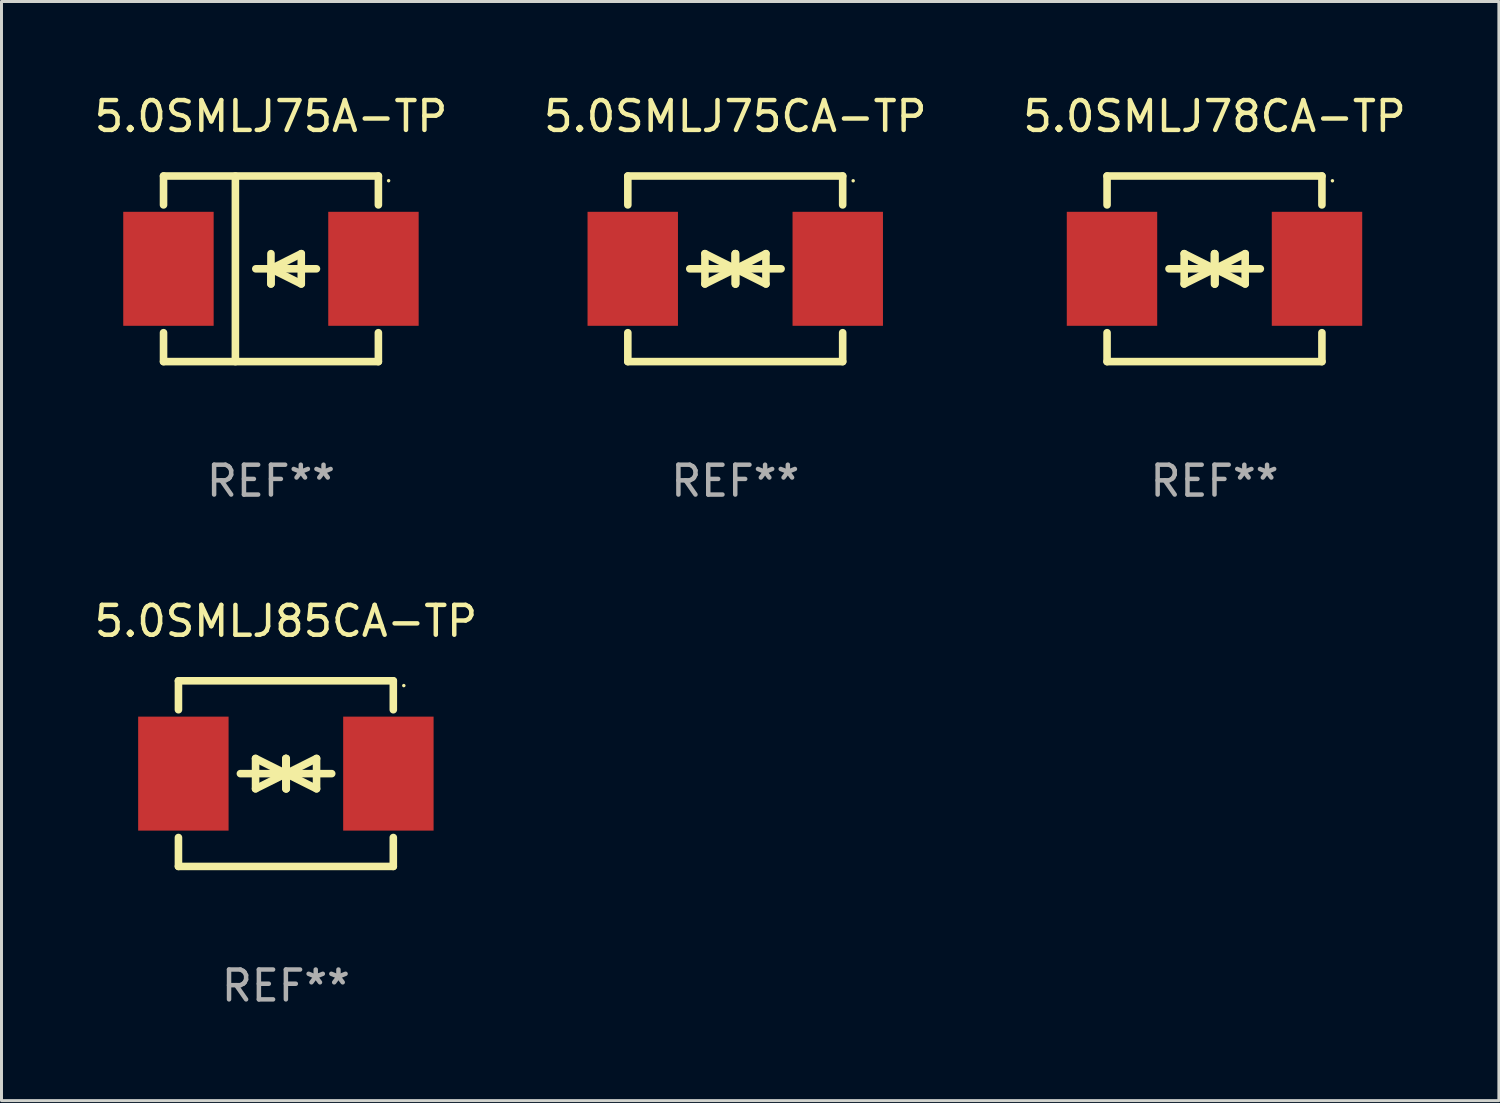
<source format=kicad_pcb>
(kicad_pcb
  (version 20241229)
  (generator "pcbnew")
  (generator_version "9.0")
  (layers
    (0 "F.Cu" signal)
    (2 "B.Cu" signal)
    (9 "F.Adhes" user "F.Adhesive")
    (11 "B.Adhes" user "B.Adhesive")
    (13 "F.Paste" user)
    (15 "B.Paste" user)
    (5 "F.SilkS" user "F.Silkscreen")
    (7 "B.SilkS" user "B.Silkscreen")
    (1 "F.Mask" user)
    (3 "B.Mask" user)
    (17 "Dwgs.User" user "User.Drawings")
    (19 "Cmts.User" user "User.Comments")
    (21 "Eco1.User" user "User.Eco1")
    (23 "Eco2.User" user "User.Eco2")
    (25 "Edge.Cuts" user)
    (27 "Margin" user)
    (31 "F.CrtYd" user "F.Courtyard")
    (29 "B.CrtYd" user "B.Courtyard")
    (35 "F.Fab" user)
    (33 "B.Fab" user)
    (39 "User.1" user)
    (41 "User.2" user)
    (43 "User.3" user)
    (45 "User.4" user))
  (footprint "5.0SMLJ85CA-TP"
    (layer "F.Cu")
    (at 6.53 22.875)
    (property "Reference" "5.0SMLJ85CA-TP" (at 0 -5.11 0) (layer "F.SilkS") (effects (font (size 1 1) (thickness 0.15))))
    (attr through_hole)
    (fp_line (start -3.6 -2.141) (end -3.6 -3.11) (stroke (width 0.254) (type solid)) (layer "F.SilkS"))
    (fp_line (start -3.6 3.11) (end -3.6 2.141) (stroke (width 0.254) (type solid)) (layer "F.SilkS"))
    (fp_line (start -1.524 0) (end 0.508 0) (stroke (width 0.254) (type solid)) (layer "F.SilkS"))
    (fp_line (start -1.016 -0.508) (end -1.016 0.508) (stroke (width 0.254) (type solid)) (layer "F.SilkS"))
    (fp_line (start -1.016 0.508) (end 0 0) (stroke (width 0.254) (type solid)) (layer "F.SilkS"))
    (fp_line (start 0 -0.508) (end 0 0.508) (stroke (width 0.254) (type solid)) (layer "F.SilkS"))
    (fp_line (start 0 0) (end -1.016 -0.508) (stroke (width 0.254) (type solid)) (layer "F.SilkS"))
    (fp_line (start 0 0) (end 0 -0.508) (stroke (width 0.254) (type solid)) (layer "F.SilkS"))
    (fp_line (start 0.012 0) (end 0.012 0.508) (stroke (width 0.254) (type solid)) (layer "F.SilkS"))
    (fp_line (start 0.012 0) (end 1.028 0.508) (stroke (width 0.254) (type solid)) (layer "F.SilkS"))
    (fp_line (start 0.012 0.508) (end 0.012 -0.508) (stroke (width 0.254) (type solid)) (layer "F.SilkS"))
    (fp_line (start 1.028 -0.508) (end 0.012 0) (stroke (width 0.254) (type solid)) (layer "F.SilkS"))
    (fp_line (start 1.028 0.508) (end 1.028 -0.508) (stroke (width 0.254) (type solid)) (layer "F.SilkS"))
    (fp_line (start 1.536 0) (end -0.496 0) (stroke (width 0.254) (type solid)) (layer "F.SilkS"))
    (fp_line (start 3.6 -3.11) (end -3.6 -3.11) (stroke (width 0.254) (type solid)) (layer "F.SilkS"))
    (fp_line (start 3.6 -2.141) (end 3.6 -3.11) (stroke (width 0.254) (type solid)) (layer "F.SilkS"))
    (fp_line (start 3.6 3.11) (end -3.6 3.11) (stroke (width 0.254) (type solid)) (layer "F.SilkS"))
    (fp_line (start 3.6 3.11) (end 3.6 2.141) (stroke (width 0.254) (type solid)) (layer "F.SilkS"))
    (fp_circle (center 3.952 -2.95) (end 3.982 -2.95) (stroke (width 0.06) (type solid)) (fill no) (layer "F.SilkS"))
    (fp_text user "REF**" (at 0 7.11 0) (layer "F.Fab") (effects (font (size 1 1) (thickness 0.15))))
    (pad "1" smd rect (at 3.435 0) (size 3.03 3.82) (layers "F.Cu" "F.Mask" "F.Paste"))
    (pad "2" smd rect (at -3.435 0) (size 3.03 3.82) (layers "F.Cu" "F.Mask" "F.Paste")))
  (footprint "5.0SMLJ75CA-TP"
    (layer "F.Cu")
    (at 21.589 5.958)
    (property "Reference" "5.0SMLJ75CA-TP" (at 0 -5.11 0) (layer "F.SilkS") (effects (font (size 1 1) (thickness 0.15))))
    (attr through_hole)
    (fp_line (start -3.6 -2.141) (end -3.6 -3.11) (stroke (width 0.254) (type solid)) (layer "F.SilkS"))
    (fp_line (start -3.6 3.11) (end -3.6 2.141) (stroke (width 0.254) (type solid)) (layer "F.SilkS"))
    (fp_line (start -1.524 0) (end 0.508 0) (stroke (width 0.254) (type solid)) (layer "F.SilkS"))
    (fp_line (start -1.016 -0.508) (end -1.016 0.508) (stroke (width 0.254) (type solid)) (layer "F.SilkS"))
    (fp_line (start -1.016 0.508) (end 0 0) (stroke (width 0.254) (type solid)) (layer "F.SilkS"))
    (fp_line (start 0 -0.508) (end 0 0.508) (stroke (width 0.254) (type solid)) (layer "F.SilkS"))
    (fp_line (start 0 0) (end -1.016 -0.508) (stroke (width 0.254) (type solid)) (layer "F.SilkS"))
    (fp_line (start 0 0) (end 0 -0.508) (stroke (width 0.254) (type solid)) (layer "F.SilkS"))
    (fp_line (start 0.012 0) (end 0.012 0.508) (stroke (width 0.254) (type solid)) (layer "F.SilkS"))
    (fp_line (start 0.012 0) (end 1.028 0.508) (stroke (width 0.254) (type solid)) (layer "F.SilkS"))
    (fp_line (start 0.012 0.508) (end 0.012 -0.508) (stroke (width 0.254) (type solid)) (layer "F.SilkS"))
    (fp_line (start 1.028 -0.508) (end 0.012 0) (stroke (width 0.254) (type solid)) (layer "F.SilkS"))
    (fp_line (start 1.028 0.508) (end 1.028 -0.508) (stroke (width 0.254) (type solid)) (layer "F.SilkS"))
    (fp_line (start 1.536 0) (end -0.496 0) (stroke (width 0.254) (type solid)) (layer "F.SilkS"))
    (fp_line (start 3.6 -3.11) (end -3.6 -3.11) (stroke (width 0.254) (type solid)) (layer "F.SilkS"))
    (fp_line (start 3.6 -2.141) (end 3.6 -3.11) (stroke (width 0.254) (type solid)) (layer "F.SilkS"))
    (fp_line (start 3.6 3.11) (end -3.6 3.11) (stroke (width 0.254) (type solid)) (layer "F.SilkS"))
    (fp_line (start 3.6 3.11) (end 3.6 2.141) (stroke (width 0.254) (type solid)) (layer "F.SilkS"))
    (fp_circle (center 3.952 -2.95) (end 3.982 -2.95) (stroke (width 0.06) (type solid)) (fill no) (layer "F.SilkS"))
    (fp_text user "REF**" (at 0 7.11 0) (layer "F.Fab") (effects (font (size 1 1) (thickness 0.15))))
    (pad "1" smd rect (at 3.435 0) (size 3.03 3.82) (layers "F.Cu" "F.Mask" "F.Paste"))
    (pad "2" smd rect (at -3.435 0) (size 3.03 3.82) (layers "F.Cu" "F.Mask" "F.Paste")))
  (footprint "5.0SMLJ78CA-TP"
    (layer "F.Cu")
    (at 37.649 5.958)
    (property "Reference" "5.0SMLJ78CA-TP" (at 0 -5.11 0) (layer "F.SilkS") (effects (font (size 1 1) (thickness 0.15))))
    (attr through_hole)
    (fp_line (start -3.6 -2.141) (end -3.6 -3.11) (stroke (width 0.254) (type solid)) (layer "F.SilkS"))
    (fp_line (start -3.6 3.11) (end -3.6 2.141) (stroke (width 0.254) (type solid)) (layer "F.SilkS"))
    (fp_line (start -1.524 0) (end 0.508 0) (stroke (width 0.254) (type solid)) (layer "F.SilkS"))
    (fp_line (start -1.016 -0.508) (end -1.016 0.508) (stroke (width 0.254) (type solid)) (layer "F.SilkS"))
    (fp_line (start -1.016 0.508) (end 0 0) (stroke (width 0.254) (type solid)) (layer "F.SilkS"))
    (fp_line (start 0 -0.508) (end 0 0.508) (stroke (width 0.254) (type solid)) (layer "F.SilkS"))
    (fp_line (start 0 0) (end -1.016 -0.508) (stroke (width 0.254) (type solid)) (layer "F.SilkS"))
    (fp_line (start 0 0) (end 0 -0.508) (stroke (width 0.254) (type solid)) (layer "F.SilkS"))
    (fp_line (start 0.012 0) (end 0.012 0.508) (stroke (width 0.254) (type solid)) (layer "F.SilkS"))
    (fp_line (start 0.012 0) (end 1.028 0.508) (stroke (width 0.254) (type solid)) (layer "F.SilkS"))
    (fp_line (start 0.012 0.508) (end 0.012 -0.508) (stroke (width 0.254) (type solid)) (layer "F.SilkS"))
    (fp_line (start 1.028 -0.508) (end 0.012 0) (stroke (width 0.254) (type solid)) (layer "F.SilkS"))
    (fp_line (start 1.028 0.508) (end 1.028 -0.508) (stroke (width 0.254) (type solid)) (layer "F.SilkS"))
    (fp_line (start 1.536 0) (end -0.496 0) (stroke (width 0.254) (type solid)) (layer "F.SilkS"))
    (fp_line (start 3.6 -3.11) (end -3.6 -3.11) (stroke (width 0.254) (type solid)) (layer "F.SilkS"))
    (fp_line (start 3.6 -2.141) (end 3.6 -3.11) (stroke (width 0.254) (type solid)) (layer "F.SilkS"))
    (fp_line (start 3.6 3.11) (end -3.6 3.11) (stroke (width 0.254) (type solid)) (layer "F.SilkS"))
    (fp_line (start 3.6 3.11) (end 3.6 2.141) (stroke (width 0.254) (type solid)) (layer "F.SilkS"))
    (fp_circle (center 3.952 -2.95) (end 3.982 -2.95) (stroke (width 0.06) (type solid)) (fill no) (layer "F.SilkS"))
    (fp_text user "REF**" (at 0 7.11 0) (layer "F.Fab") (effects (font (size 1 1) (thickness 0.15))))
    (pad "1" smd rect (at 3.435 0) (size 3.03 3.82) (layers "F.Cu" "F.Mask" "F.Paste"))
    (pad "2" smd rect (at -3.435 0) (size 3.03 3.82) (layers "F.Cu" "F.Mask" "F.Paste")))
  (footprint "5.0SMLJ75A-TP"
    (layer "F.Cu")
    (at 6.03 5.958)
    (property "Reference" "5.0SMLJ75A-TP" (at 0 -5.11 0) (layer "F.SilkS") (effects (font (size 1 1) (thickness 0.15))))
    (attr through_hole)
    (fp_line (start -3.6 -3.11) (end -3.6 -2.141) (stroke (width 0.254) (type solid)) (layer "F.SilkS"))
    (fp_line (start -3.6 -3.11) (end 3.6 -3.11) (stroke (width 0.254) (type solid)) (layer "F.SilkS"))
    (fp_line (start -3.6 2.141) (end -3.6 3.11) (stroke (width 0.254) (type solid)) (layer "F.SilkS"))
    (fp_line (start -3.6 3.11) (end 3.6 3.11) (stroke (width 0.254) (type solid)) (layer "F.SilkS"))
    (fp_line (start -1.192 -3.11) (end -1.192 3.11) (stroke (width 0.254) (type solid)) (layer "F.SilkS"))
    (fp_line (start 0 0) (end 0 0.508) (stroke (width 0.254) (type solid)) (layer "F.SilkS"))
    (fp_line (start 0 0) (end 1.016 0.508) (stroke (width 0.254) (type solid)) (layer "F.SilkS"))
    (fp_line (start 0 0.508) (end 0 -0.508) (stroke (width 0.254) (type solid)) (layer "F.SilkS"))
    (fp_line (start 1.016 -0.508) (end 0 0) (stroke (width 0.254) (type solid)) (layer "F.SilkS"))
    (fp_line (start 1.016 0.508) (end 1.016 -0.508) (stroke (width 0.254) (type solid)) (layer "F.SilkS"))
    (fp_line (start 1.524 0) (end -0.508 0) (stroke (width 0.254) (type solid)) (layer "F.SilkS"))
    (fp_line (start 3.6 -3.11) (end 3.6 -2.141) (stroke (width 0.254) (type solid)) (layer "F.SilkS"))
    (fp_line (start 3.6 2.141) (end 3.6 3.11) (stroke (width 0.254) (type solid)) (layer "F.SilkS"))
    (fp_circle (center 3.943 -2.952) (end 3.973 -2.952) (stroke (width 0.06) (type solid)) (fill no) (layer "F.SilkS"))
    (fp_text user "REF**" (at 0 7.11 0) (layer "F.Fab") (effects (font (size 1 1) (thickness 0.15))))
    (pad "1" smd rect (at 3.435 0 180) (size 3.03 3.82) (layers "F.Cu" "F.Mask" "F.Paste"))
    (pad "2" smd rect (at -3.435 0 180) (size 3.03 3.82) (layers "F.Cu" "F.Mask" "F.Paste")))
  (gr_rect
    (start -3 -3)
    (end 47.179 33.833)
    (stroke (width 0.1) (type default))
    (fill no)
    (layer "Edge.Cuts")))
</source>
